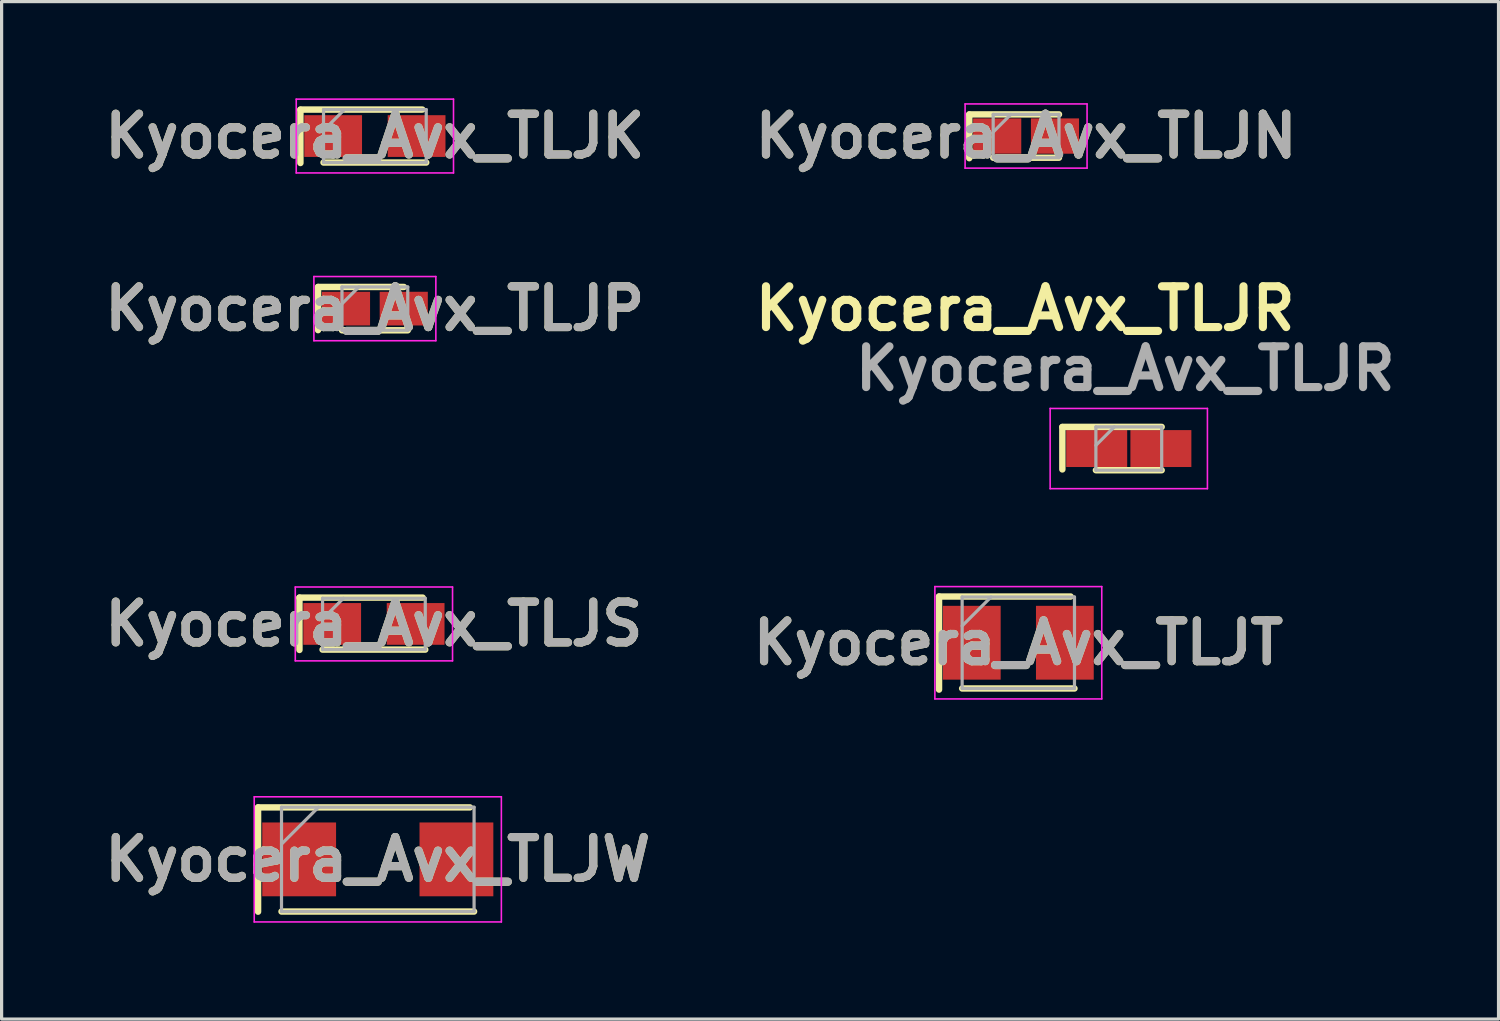
<source format=kicad_pcb>
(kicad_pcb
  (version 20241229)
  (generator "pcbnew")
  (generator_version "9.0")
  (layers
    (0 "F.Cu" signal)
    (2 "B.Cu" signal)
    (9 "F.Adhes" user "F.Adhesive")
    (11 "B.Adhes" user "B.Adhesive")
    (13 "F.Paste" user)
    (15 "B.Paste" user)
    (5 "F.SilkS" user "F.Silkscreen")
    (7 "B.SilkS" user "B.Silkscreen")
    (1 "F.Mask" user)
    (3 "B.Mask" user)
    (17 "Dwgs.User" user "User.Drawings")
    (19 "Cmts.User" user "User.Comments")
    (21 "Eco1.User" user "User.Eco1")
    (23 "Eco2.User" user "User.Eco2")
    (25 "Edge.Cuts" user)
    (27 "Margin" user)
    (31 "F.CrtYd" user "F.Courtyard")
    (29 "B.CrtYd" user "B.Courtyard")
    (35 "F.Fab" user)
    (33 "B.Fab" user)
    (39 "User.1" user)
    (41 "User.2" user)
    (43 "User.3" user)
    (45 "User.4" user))
  (footprint "Kyocera_Avx_TLJW"
    (layer "F.Cu")
    (at 8.721 23.726)
    (property "Reference" "Kyocera_Avx_TLJW" (at 0 0 0) (layer "F.SilkS") (effects (font (size 1.27 1.27) (thickness 0.254))))
    (attr smd)
    (fp_line (start -3.73 1.63) (end -3.73 -1.62) (stroke (width 0.2) (type solid)) (layer "F.SilkS"))
    (fp_line (start -3 1.625) (end 3 1.625) (stroke (width 0.2) (type solid)) (layer "F.SilkS"))
    (fp_line (start 2.87 -1.62) (end -3.73 -1.62) (stroke (width 0.2) (type solid)) (layer "F.SilkS"))
    (fp_line (start -3.85 -1.95) (end 3.85 -1.95) (stroke (width 0.05) (type solid)) (layer "F.CrtYd"))
    (fp_line (start -3.85 1.95) (end -3.85 -1.95) (stroke (width 0.05) (type solid)) (layer "F.CrtYd"))
    (fp_line (start 3.85 -1.95) (end 3.85 1.95) (stroke (width 0.05) (type solid)) (layer "F.CrtYd"))
    (fp_line (start 3.85 1.95) (end -3.85 1.95) (stroke (width 0.05) (type solid)) (layer "F.CrtYd"))
    (fp_line (start -3 -1.625) (end 3 -1.625) (stroke (width 0.1) (type solid)) (layer "F.Fab"))
    (fp_line (start -3 -0.475) (end -1.85 -1.625) (stroke (width 0.1) (type solid)) (layer "F.Fab"))
    (fp_line (start -3 1.625) (end -3 -1.625) (stroke (width 0.1) (type solid)) (layer "F.Fab"))
    (fp_line (start 3 -1.625) (end 3 1.625) (stroke (width 0.1) (type solid)) (layer "F.Fab"))
    (fp_line (start 3 1.625) (end -3 1.625) (stroke (width 0.1) (type solid)) (layer "F.Fab"))
    (fp_text user "${REFERENCE}" (at 0 0 0) (layer "F.Fab") (effects (font (size 1.27 1.27) (thickness 0.254))))
    (pad "1" smd rect (at -2.45 0 90) (size 2.3 2.3) (layers "F.Cu" "F.Mask" "F.Paste"))
    (pad "2" smd rect (at 2.45 0 90) (size 2.3 2.3) (layers "F.Cu" "F.Mask" "F.Paste")))
  (footprint "Kyocera_Avx_TLJR"
    (layer "F.Cu")
    (at 32.12 10.926)
    (property "Reference" "Kyocera_Avx_TLJR" (at -3.23 -4.36 0) (layer "F.SilkS") (effects (font (size 1.27 1.27) (thickness 0.254))))
    (attr smd)
    (fp_line (start -2.07 -0.67) (end -2.07 0.65) (stroke (width 0.2) (type solid)) (layer "F.SilkS"))
    (fp_line (start -1.025 0.675) (end 1.025 0.675) (stroke (width 0.2) (type solid)) (layer "F.SilkS"))
    (fp_line (start 1.025 -0.675) (end -2.07 -0.675) (stroke (width 0.2) (type solid)) (layer "F.SilkS"))
    (fp_line (start -2.45 -1.25) (end 2.45 -1.25) (stroke (width 0.05) (type solid)) (layer "F.CrtYd"))
    (fp_line (start -2.45 1.25) (end -2.45 -1.25) (stroke (width 0.05) (type solid)) (layer "F.CrtYd"))
    (fp_line (start 2.45 -1.25) (end 2.45 1.25) (stroke (width 0.05) (type solid)) (layer "F.CrtYd"))
    (fp_line (start 2.45 1.25) (end -2.45 1.25) (stroke (width 0.05) (type solid)) (layer "F.CrtYd"))
    (fp_line (start -1.025 -0.675) (end 1.025 -0.675) (stroke (width 0.1) (type solid)) (layer "F.Fab"))
    (fp_line (start -1.025 -0.1) (end -0.45 -0.675) (stroke (width 0.1) (type solid)) (layer "F.Fab"))
    (fp_line (start -1.025 0.675) (end -1.025 -0.675) (stroke (width 0.1) (type solid)) (layer "F.Fab"))
    (fp_line (start 1.025 -0.675) (end 1.025 0.675) (stroke (width 0.1) (type solid)) (layer "F.Fab"))
    (fp_line (start 1.025 0.675) (end -1.025 0.675) (stroke (width 0.1) (type solid)) (layer "F.Fab"))
    (fp_text user "${REFERENCE}" (at -0.11 -2.49 0) (layer "F.Fab") (effects (font (size 1.27 1.27) (thickness 0.254))))
    (pad "1" smd rect (at -1 0 90) (size 1.15 1.9) (layers "F.Cu" "F.Mask" "F.Paste"))
    (pad "2" smd rect (at 1 0 90) (size 1.15 1.9) (layers "F.Cu" "F.Mask" "F.Paste")))
  (footprint "Kyocera_Avx_TLJK"
    (layer "F.Cu")
    (at 8.63 1.189)
    (property "Reference" "Kyocera_Avx_TLJK" (at 0 0 0) (layer "F.SilkS") (effects (font (size 1.27 1.27) (thickness 0.254))))
    (attr smd)
    (fp_line (start -2.32 0.84) (end -2.32 -0.82) (stroke (width 0.2) (type solid)) (layer "F.SilkS"))
    (fp_line (start -1.6 0.825) (end 1.6 0.825) (stroke (width 0.2) (type solid)) (layer "F.SilkS"))
    (fp_line (start 1.48 -0.825) (end -2.32 -0.825) (stroke (width 0.2) (type solid)) (layer "F.SilkS"))
    (fp_line (start -2.45 -1.15) (end 2.45 -1.15) (stroke (width 0.05) (type solid)) (layer "F.CrtYd"))
    (fp_line (start -2.45 1.15) (end -2.45 -1.15) (stroke (width 0.05) (type solid)) (layer "F.CrtYd"))
    (fp_line (start 2.45 -1.15) (end 2.45 1.15) (stroke (width 0.05) (type solid)) (layer "F.CrtYd"))
    (fp_line (start 2.45 1.15) (end -2.45 1.15) (stroke (width 0.05) (type solid)) (layer "F.CrtYd"))
    (fp_line (start -1.6 -0.825) (end 1.6 -0.825) (stroke (width 0.1) (type solid)) (layer "F.Fab"))
    (fp_line (start -1.6 -0.175) (end -0.95 -0.825) (stroke (width 0.1) (type solid)) (layer "F.Fab"))
    (fp_line (start -1.6 0.825) (end -1.6 -0.825) (stroke (width 0.1) (type solid)) (layer "F.Fab"))
    (fp_line (start 1.6 -0.825) (end 1.6 0.825) (stroke (width 0.1) (type solid)) (layer "F.Fab"))
    (fp_line (start 1.6 0.825) (end -1.6 0.825) (stroke (width 0.1) (type solid)) (layer "F.Fab"))
    (fp_text user "${REFERENCE}" (at 0 0 0) (layer "F.Fab") (effects (font (size 1.27 1.27) (thickness 0.254))))
    (pad "1" smd rect (at -1.3 0 90) (size 1.3 1.8) (layers "F.Cu" "F.Mask" "F.Paste"))
    (pad "2" smd rect (at 1.3 0 90) (size 1.3 1.8) (layers "F.Cu" "F.Mask" "F.Paste")))
  (footprint "Kyocera_Avx_TLJT"
    (layer "F.Cu")
    (at 28.678 16.976)
    (property "Reference" "Kyocera_Avx_TLJT" (at 0 0 0) (layer "F.SilkS") (effects (font (size 1.27 1.27) (thickness 0.254))))
    (attr smd)
    (fp_line (start -2.47 -1.44) (end -2.47 1.46) (stroke (width 0.2) (type solid)) (layer "F.SilkS"))
    (fp_line (start -1.75 1.425) (end 1.75 1.425) (stroke (width 0.2) (type solid)) (layer "F.SilkS"))
    (fp_line (start 1.63 -1.44) (end -2.47 -1.44) (stroke (width 0.2) (type solid)) (layer "F.SilkS"))
    (fp_line (start -2.6 -1.75) (end 2.6 -1.75) (stroke (width 0.05) (type solid)) (layer "F.CrtYd"))
    (fp_line (start -2.6 1.75) (end -2.6 -1.75) (stroke (width 0.05) (type solid)) (layer "F.CrtYd"))
    (fp_line (start 2.6 -1.75) (end 2.6 1.75) (stroke (width 0.05) (type solid)) (layer "F.CrtYd"))
    (fp_line (start 2.6 1.75) (end -2.6 1.75) (stroke (width 0.05) (type solid)) (layer "F.CrtYd"))
    (fp_line (start -1.75 -1.425) (end 1.75 -1.425) (stroke (width 0.1) (type solid)) (layer "F.Fab"))
    (fp_line (start -1.75 -0.525) (end -0.85 -1.425) (stroke (width 0.1) (type solid)) (layer "F.Fab"))
    (fp_line (start -1.75 1.425) (end -1.75 -1.425) (stroke (width 0.1) (type solid)) (layer "F.Fab"))
    (fp_line (start 1.75 -1.425) (end 1.75 1.425) (stroke (width 0.1) (type solid)) (layer "F.Fab"))
    (fp_line (start 1.75 1.425) (end -1.75 1.425) (stroke (width 0.1) (type solid)) (layer "F.Fab"))
    (fp_text user "${REFERENCE}" (at 0 0 0) (layer "F.Fab") (effects (font (size 1.27 1.27) (thickness 0.254))))
    (pad "1" smd rect (at -1.45 0) (size 1.8 2.3) (layers "F.Cu" "F.Mask" "F.Paste"))
    (pad "2" smd rect (at 1.45 0) (size 1.8 2.3) (layers "F.Cu" "F.Mask" "F.Paste")))
  (footprint "Kyocera_Avx_TLJS"
    (layer "F.Cu")
    (at 8.6 16.39)
    (property "Reference" "Kyocera_Avx_TLJS" (at 0 0 0) (layer "F.SilkS") (effects (font (size 1.27 1.27) (thickness 0.254))))
    (attr smd)
    (fp_line (start -2.32 -0.82) (end -2.32 0.81) (stroke (width 0.2) (type solid)) (layer "F.SilkS"))
    (fp_line (start -1.6 0.8) (end 1.6 0.8) (stroke (width 0.2) (type solid)) (layer "F.SilkS"))
    (fp_line (start 1.52 -0.82) (end -2.32 -0.82) (stroke (width 0.2) (type solid)) (layer "F.SilkS"))
    (fp_line (start -2.45 -1.15) (end 2.45 -1.15) (stroke (width 0.05) (type solid)) (layer "F.CrtYd"))
    (fp_line (start -2.45 1.15) (end -2.45 -1.15) (stroke (width 0.05) (type solid)) (layer "F.CrtYd"))
    (fp_line (start 2.45 -1.15) (end 2.45 1.15) (stroke (width 0.05) (type solid)) (layer "F.CrtYd"))
    (fp_line (start 2.45 1.15) (end -2.45 1.15) (stroke (width 0.05) (type solid)) (layer "F.CrtYd"))
    (fp_line (start -1.6 -0.8) (end 1.6 -0.8) (stroke (width 0.1) (type solid)) (layer "F.Fab"))
    (fp_line (start -1.6 -0.15) (end -0.95 -0.8) (stroke (width 0.1) (type solid)) (layer "F.Fab"))
    (fp_line (start -1.6 0.8) (end -1.6 -0.8) (stroke (width 0.1) (type solid)) (layer "F.Fab"))
    (fp_line (start 1.6 -0.8) (end 1.6 0.8) (stroke (width 0.1) (type solid)) (layer "F.Fab"))
    (fp_line (start 1.6 0.8) (end -1.6 0.8) (stroke (width 0.1) (type solid)) (layer "F.Fab"))
    (fp_text user "${REFERENCE}" (at 0 0 0) (layer "F.Fab") (effects (font (size 1.27 1.27) (thickness 0.254))))
    (pad "1" smd rect (at -1.3 0 90) (size 1.3 1.8) (layers "F.Cu" "F.Mask" "F.Paste"))
    (pad "2" smd rect (at 1.3 0 90) (size 1.3 1.8) (layers "F.Cu" "F.Mask" "F.Paste")))
  (footprint "Kyocera_Avx_TLJN"
    (layer "F.Cu")
    (at 28.92 1.189)
    (property "Reference" "Kyocera_Avx_TLJN" (at 0 0 0) (layer "F.SilkS") (effects (font (size 1.27 1.27) (thickness 0.254))))
    (attr smd)
    (fp_line (start -1.77 0.69) (end -1.77 -0.67) (stroke (width 0.2) (type solid)) (layer "F.SilkS"))
    (fp_line (start -1.025 0.675) (end 1.025 0.675) (stroke (width 0.2) (type solid)) (layer "F.SilkS"))
    (fp_line (start 1.025 -0.675) (end -1.77 -0.675) (stroke (width 0.2) (type solid)) (layer "F.SilkS"))
    (fp_line (start -1.9 -1) (end 1.9 -1) (stroke (width 0.05) (type solid)) (layer "F.CrtYd"))
    (fp_line (start -1.9 1) (end -1.9 -1) (stroke (width 0.05) (type solid)) (layer "F.CrtYd"))
    (fp_line (start 1.9 -1) (end 1.9 1) (stroke (width 0.05) (type solid)) (layer "F.CrtYd"))
    (fp_line (start 1.9 1) (end -1.9 1) (stroke (width 0.05) (type solid)) (layer "F.CrtYd"))
    (fp_line (start -1.025 -0.675) (end 1.025 -0.675) (stroke (width 0.1) (type solid)) (layer "F.Fab"))
    (fp_line (start -1.025 -0.125) (end -0.475 -0.675) (stroke (width 0.1) (type solid)) (layer "F.Fab"))
    (fp_line (start -1.025 0.675) (end -1.025 -0.675) (stroke (width 0.1) (type solid)) (layer "F.Fab"))
    (fp_line (start 1.025 -0.675) (end 1.025 0.675) (stroke (width 0.1) (type solid)) (layer "F.Fab"))
    (fp_line (start 1.025 0.675) (end -1.025 0.675) (stroke (width 0.1) (type solid)) (layer "F.Fab"))
    (fp_text user "${REFERENCE}" (at 0 0 0) (layer "F.Fab") (effects (font (size 1.27 1.27) (thickness 0.254))))
    (pad "1" smd rect (at -0.9 0 90) (size 1.1 1.5) (layers "F.Cu" "F.Mask" "F.Paste"))
    (pad "2" smd rect (at 0.9 0 90) (size 1.1 1.5) (layers "F.Cu" "F.Mask" "F.Paste")))
  (footprint "Kyocera_Avx_TLJP"
    (layer "F.Cu")
    (at 8.63 6.566)
    (property "Reference" "Kyocera_Avx_TLJP" (at 0 0 0) (layer "F.SilkS") (effects (font (size 1.27 1.27) (thickness 0.254))))
    (attr smd)
    (fp_line (start -1.77 0.67) (end -1.77 -0.675) (stroke (width 0.2) (type solid)) (layer "F.SilkS"))
    (fp_line (start -1.025 0.675) (end 1.025 0.675) (stroke (width 0.2) (type solid)) (layer "F.SilkS"))
    (fp_line (start 0.905 -0.675) (end -1.77 -0.675) (stroke (width 0.2) (type solid)) (layer "F.SilkS"))
    (fp_line (start -1.9 -1) (end 1.9 -1) (stroke (width 0.05) (type solid)) (layer "F.CrtYd"))
    (fp_line (start -1.9 1) (end -1.9 -1) (stroke (width 0.05) (type solid)) (layer "F.CrtYd"))
    (fp_line (start 1.9 -1) (end 1.9 1) (stroke (width 0.05) (type solid)) (layer "F.CrtYd"))
    (fp_line (start 1.9 1) (end -1.9 1) (stroke (width 0.05) (type solid)) (layer "F.CrtYd"))
    (fp_line (start -1.025 -0.675) (end 1.025 -0.675) (stroke (width 0.1) (type solid)) (layer "F.Fab"))
    (fp_line (start -1.025 -0.15) (end -0.5 -0.675) (stroke (width 0.1) (type solid)) (layer "F.Fab"))
    (fp_line (start -1.025 0.675) (end -1.025 -0.675) (stroke (width 0.1) (type solid)) (layer "F.Fab"))
    (fp_line (start 1.025 -0.675) (end 1.025 0.675) (stroke (width 0.1) (type solid)) (layer "F.Fab"))
    (fp_line (start 1.025 0.675) (end -1.025 0.675) (stroke (width 0.1) (type solid)) (layer "F.Fab"))
    (fp_text user "${REFERENCE}" (at 0 0 0) (layer "F.Fab") (effects (font (size 1.27 1.27) (thickness 0.254))))
    (pad "1" smd rect (at -0.9 0 90) (size 1.05 1.5) (layers "F.Cu" "F.Mask" "F.Paste"))
    (pad "2" smd rect (at 0.9 0 90) (size 1.05 1.5) (layers "F.Cu" "F.Mask" "F.Paste")))
  (gr_rect
    (start -3 -3)
    (end 43.64 28.701)
    (stroke (width 0.1) (type default))
    (fill no)
    (layer "Edge.Cuts")))
</source>
